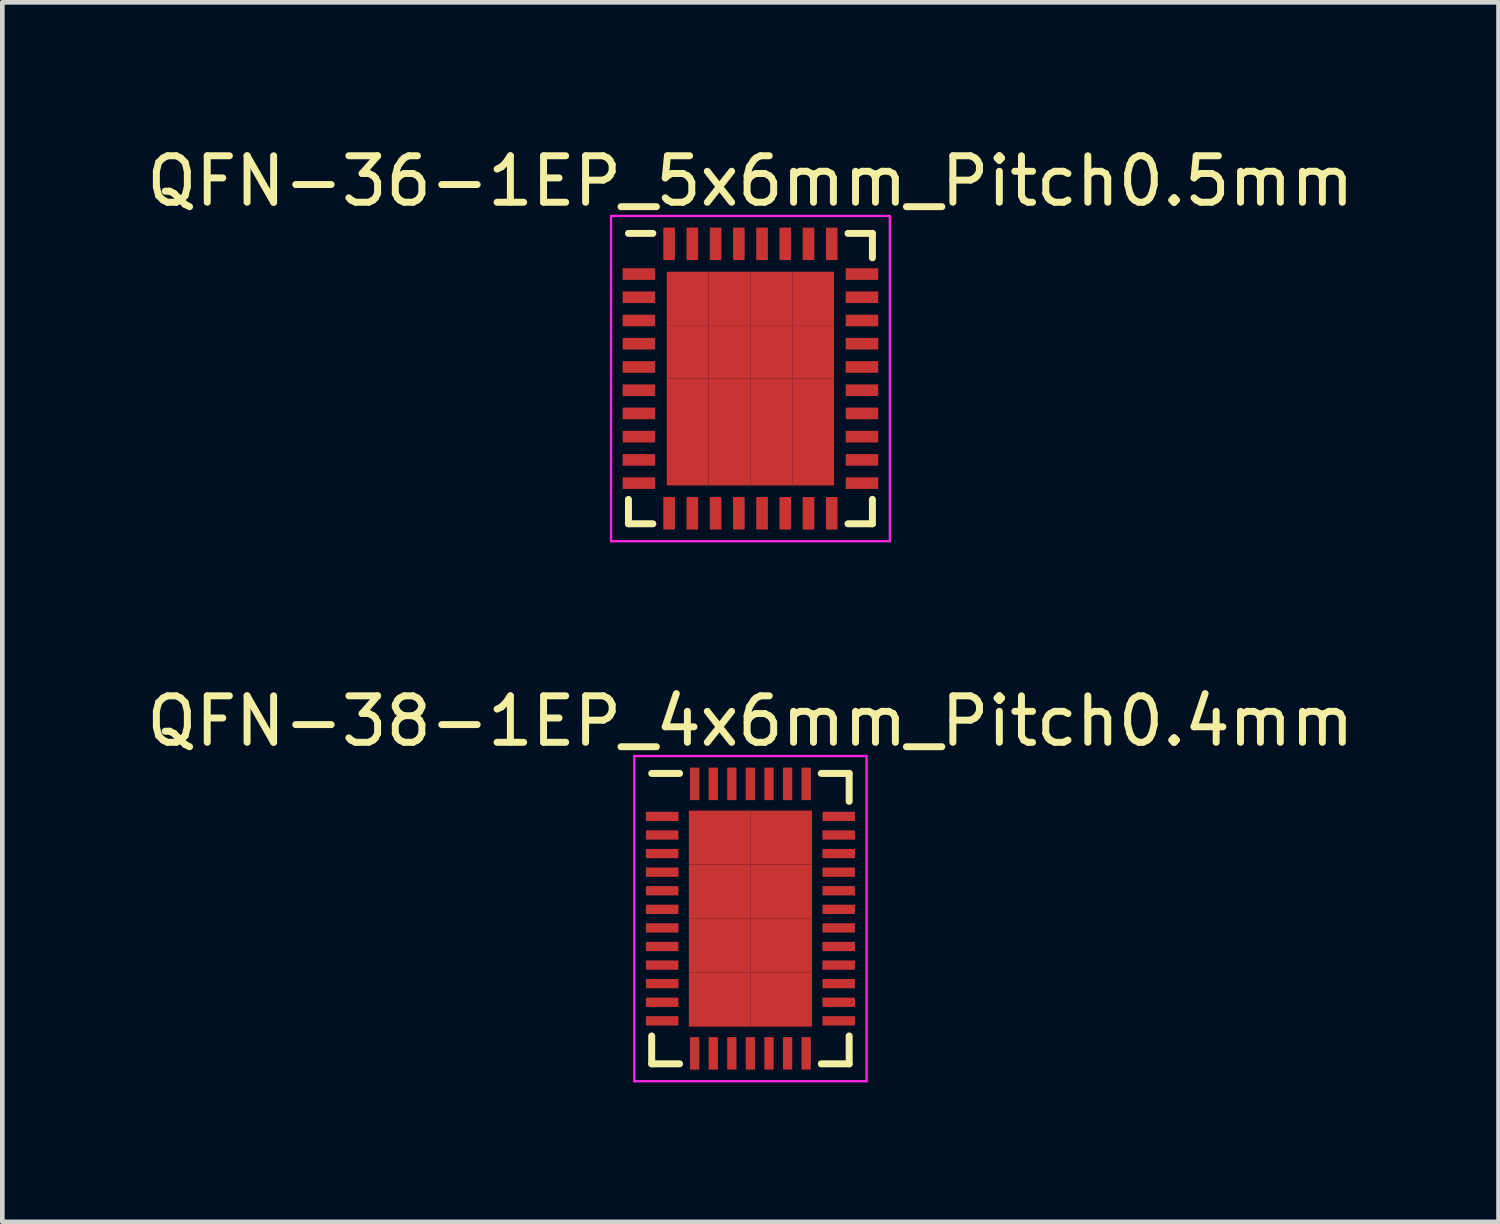
<source format=kicad_pcb>
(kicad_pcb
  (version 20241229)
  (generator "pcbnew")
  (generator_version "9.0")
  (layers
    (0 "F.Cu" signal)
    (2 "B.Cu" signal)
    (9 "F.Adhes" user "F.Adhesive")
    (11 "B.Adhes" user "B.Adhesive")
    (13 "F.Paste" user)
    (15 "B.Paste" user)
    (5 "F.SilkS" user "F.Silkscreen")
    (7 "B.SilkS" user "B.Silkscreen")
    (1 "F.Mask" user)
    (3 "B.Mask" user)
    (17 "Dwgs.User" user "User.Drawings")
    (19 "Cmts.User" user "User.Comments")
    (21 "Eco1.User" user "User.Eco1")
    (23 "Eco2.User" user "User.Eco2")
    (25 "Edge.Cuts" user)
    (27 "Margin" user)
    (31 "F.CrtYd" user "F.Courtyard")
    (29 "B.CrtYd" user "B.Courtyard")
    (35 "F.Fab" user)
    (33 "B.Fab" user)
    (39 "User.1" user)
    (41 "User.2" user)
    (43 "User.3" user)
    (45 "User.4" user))
  (footprint "QFN-38-1EP_4x6mm_Pitch0.4mm"
    (layer "F.Cu")
    (at 13.101 16.721)
    (property "Reference" "QFN-38-1EP_4x6mm_Pitch0.4mm" (at 0 -4.25 0) (layer "F.SilkS") (effects (font (size 1 1) (thickness 0.15))))
    (attr smd)
    (fp_line (start -2.125 -3.125) (end -1.525 -3.125) (stroke (width 0.15) (type solid)) (layer "F.SilkS"))
    (fp_line (start -2.125 3.125) (end -2.125 2.525) (stroke (width 0.15) (type solid)) (layer "F.SilkS"))
    (fp_line (start -2.125 3.125) (end -1.525 3.125) (stroke (width 0.15) (type solid)) (layer "F.SilkS"))
    (fp_line (start 2.125 -3.125) (end 1.525 -3.125) (stroke (width 0.15) (type solid)) (layer "F.SilkS"))
    (fp_line (start 2.125 -3.125) (end 2.125 -2.525) (stroke (width 0.15) (type solid)) (layer "F.SilkS"))
    (fp_line (start 2.125 3.125) (end 1.525 3.125) (stroke (width 0.15) (type solid)) (layer "F.SilkS"))
    (fp_line (start 2.125 3.125) (end 2.125 2.525) (stroke (width 0.15) (type solid)) (layer "F.SilkS"))
    (fp_line (start -2.5 -3.5) (end -2.5 3.5) (stroke (width 0.05) (type solid)) (layer "F.CrtYd"))
    (fp_line (start -2.5 -3.5) (end 2.5 -3.5) (stroke (width 0.05) (type solid)) (layer "F.CrtYd"))
    (fp_line (start -2.5 3.5) (end 2.5 3.5) (stroke (width 0.05) (type solid)) (layer "F.CrtYd"))
    (fp_line (start 2.5 -3.5) (end 2.5 3.5) (stroke (width 0.05) (type solid)) (layer "F.CrtYd"))
    (pad "1" smd rect (at -1.9 -2.2) (size 0.7 0.2) (layers "F.Cu" "F.Mask" "F.Paste"))
    (pad "2" smd rect (at -1.9 -1.8) (size 0.7 0.2) (layers "F.Cu" "F.Mask" "F.Paste"))
    (pad "3" smd rect (at -1.9 -1.4) (size 0.7 0.2) (layers "F.Cu" "F.Mask" "F.Paste"))
    (pad "4" smd rect (at -1.9 -1) (size 0.7 0.2) (layers "F.Cu" "F.Mask" "F.Paste"))
    (pad "5" smd rect (at -1.9 -0.6) (size 0.7 0.2) (layers "F.Cu" "F.Mask" "F.Paste"))
    (pad "6" smd rect (at -1.9 -0.2) (size 0.7 0.2) (layers "F.Cu" "F.Mask" "F.Paste"))
    (pad "7" smd rect (at -1.9 0.2) (size 0.7 0.2) (layers "F.Cu" "F.Mask" "F.Paste"))
    (pad "8" smd rect (at -1.9 0.6) (size 0.7 0.2) (layers "F.Cu" "F.Mask" "F.Paste"))
    (pad "9" smd rect (at -1.9 1) (size 0.7 0.2) (layers "F.Cu" "F.Mask" "F.Paste"))
    (pad "10" smd rect (at -1.9 1.4) (size 0.7 0.2) (layers "F.Cu" "F.Mask" "F.Paste"))
    (pad "11" smd rect (at -1.9 1.8) (size 0.7 0.2) (layers "F.Cu" "F.Mask" "F.Paste"))
    (pad "12" smd rect (at -1.9 2.2) (size 0.7 0.2) (layers "F.Cu" "F.Mask" "F.Paste"))
    (pad "13" smd rect (at -1.2 2.9 90) (size 0.7 0.2) (layers "F.Cu" "F.Mask" "F.Paste"))
    (pad "14" smd rect (at -0.8 2.9 90) (size 0.7 0.2) (layers "F.Cu" "F.Mask" "F.Paste"))
    (pad "15" smd rect (at -0.4 2.9 90) (size 0.7 0.2) (layers "F.Cu" "F.Mask" "F.Paste"))
    (pad "16" smd rect (at 0 2.9 90) (size 0.7 0.2) (layers "F.Cu" "F.Mask" "F.Paste"))
    (pad "17" smd rect (at 0.4 2.9 90) (size 0.7 0.2) (layers "F.Cu" "F.Mask" "F.Paste"))
    (pad "18" smd rect (at 0.8 2.9 90) (size 0.7 0.2) (layers "F.Cu" "F.Mask" "F.Paste"))
    (pad "19" smd rect (at 1.2 2.9 90) (size 0.7 0.2) (layers "F.Cu" "F.Mask" "F.Paste"))
    (pad "20" smd rect (at 1.9 2.2) (size 0.7 0.2) (layers "F.Cu" "F.Mask" "F.Paste"))
    (pad "21" smd rect (at 1.9 1.8) (size 0.7 0.2) (layers "F.Cu" "F.Mask" "F.Paste"))
    (pad "22" smd rect (at 1.9 1.4) (size 0.7 0.2) (layers "F.Cu" "F.Mask" "F.Paste"))
    (pad "23" smd rect (at 1.9 1) (size 0.7 0.2) (layers "F.Cu" "F.Mask" "F.Paste"))
    (pad "24" smd rect (at 1.9 0.6) (size 0.7 0.2) (layers "F.Cu" "F.Mask" "F.Paste"))
    (pad "25" smd rect (at 1.9 0.2) (size 0.7 0.2) (layers "F.Cu" "F.Mask" "F.Paste"))
    (pad "26" smd rect (at 1.9 -0.2) (size 0.7 0.2) (layers "F.Cu" "F.Mask" "F.Paste"))
    (pad "27" smd rect (at 1.9 -0.6) (size 0.7 0.2) (layers "F.Cu" "F.Mask" "F.Paste"))
    (pad "28" smd rect (at 1.9 -1) (size 0.7 0.2) (layers "F.Cu" "F.Mask" "F.Paste"))
    (pad "29" smd rect (at 1.9 -1.4) (size 0.7 0.2) (layers "F.Cu" "F.Mask" "F.Paste"))
    (pad "30" smd rect (at 1.9 -1.8) (size 0.7 0.2) (layers "F.Cu" "F.Mask" "F.Paste"))
    (pad "31" smd rect (at 1.9 -2.2) (size 0.7 0.2) (layers "F.Cu" "F.Mask" "F.Paste"))
    (pad "32" smd rect (at 1.2 -2.9 90) (size 0.7 0.2) (layers "F.Cu" "F.Mask" "F.Paste"))
    (pad "33" smd rect (at 0.8 -2.9 90) (size 0.7 0.2) (layers "F.Cu" "F.Mask" "F.Paste"))
    (pad "34" smd rect (at 0.4 -2.9 90) (size 0.7 0.2) (layers "F.Cu" "F.Mask" "F.Paste"))
    (pad "35" smd rect (at 0 -2.9 90) (size 0.7 0.2) (layers "F.Cu" "F.Mask" "F.Paste"))
    (pad "36" smd rect (at -0.4 -2.9 90) (size 0.7 0.2) (layers "F.Cu" "F.Mask" "F.Paste"))
    (pad "37" smd rect (at -0.8 -2.9 90) (size 0.7 0.2) (layers "F.Cu" "F.Mask" "F.Paste"))
    (pad "38" smd rect (at -1.2 -2.9 90) (size 0.7 0.2) (layers "F.Cu" "F.Mask" "F.Paste"))
    (pad "39" smd rect (at -0.662 -1.744) (size 1.325 1.163) (layers "F.Cu" "F.Mask" "F.Paste"))
    (pad "39" smd rect (at -0.662 -0.581) (size 1.325 1.163) (layers "F.Cu" "F.Mask" "F.Paste"))
    (pad "39" smd rect (at -0.662 0.581) (size 1.325 1.163) (layers "F.Cu" "F.Mask" "F.Paste"))
    (pad "39" smd rect (at -0.662 1.744) (size 1.325 1.163) (layers "F.Cu" "F.Mask" "F.Paste"))
    (pad "39" smd rect (at 0.662 -1.744) (size 1.325 1.163) (layers "F.Cu" "F.Mask" "F.Paste"))
    (pad "39" smd rect (at 0.662 -0.581) (size 1.325 1.163) (layers "F.Cu" "F.Mask" "F.Paste"))
    (pad "39" smd rect (at 0.662 0.581) (size 1.325 1.163) (layers "F.Cu" "F.Mask" "F.Paste"))
    (pad "39" smd rect (at 0.662 1.744) (size 1.325 1.163) (layers "F.Cu" "F.Mask" "F.Paste")))
  (footprint "QFN-36-1EP_5x6mm_Pitch0.5mm"
    (layer "F.Cu")
    (at 13.101 5.098)
    (property "Reference" "QFN-36-1EP_5x6mm_Pitch0.5mm" (at 0 -4.25 0) (layer "F.SilkS") (effects (font (size 1 1) (thickness 0.15))))
    (attr smd)
    (fp_line (start -2.625 -3.125) (end -2.1 -3.125) (stroke (width 0.15) (type solid)) (layer "F.SilkS"))
    (fp_line (start -2.625 3.125) (end -2.625 2.6) (stroke (width 0.15) (type solid)) (layer "F.SilkS"))
    (fp_line (start -2.625 3.125) (end -2.1 3.125) (stroke (width 0.15) (type solid)) (layer "F.SilkS"))
    (fp_line (start 2.625 -3.125) (end 2.1 -3.125) (stroke (width 0.15) (type solid)) (layer "F.SilkS"))
    (fp_line (start 2.625 -3.125) (end 2.625 -2.6) (stroke (width 0.15) (type solid)) (layer "F.SilkS"))
    (fp_line (start 2.625 3.125) (end 2.1 3.125) (stroke (width 0.15) (type solid)) (layer "F.SilkS"))
    (fp_line (start 2.625 3.125) (end 2.625 2.6) (stroke (width 0.15) (type solid)) (layer "F.SilkS"))
    (fp_line (start -3 -3.5) (end -3 3.5) (stroke (width 0.05) (type solid)) (layer "F.CrtYd"))
    (fp_line (start -3 -3.5) (end 3 -3.5) (stroke (width 0.05) (type solid)) (layer "F.CrtYd"))
    (fp_line (start -3 3.5) (end 3 3.5) (stroke (width 0.05) (type solid)) (layer "F.CrtYd"))
    (fp_line (start 3 -3.5) (end 3 3.5) (stroke (width 0.05) (type solid)) (layer "F.CrtYd"))
    (pad "1" smd rect (at -2.4 -2.25) (size 0.7 0.25) (layers "F.Cu" "F.Mask" "F.Paste"))
    (pad "2" smd rect (at -2.4 -1.75) (size 0.7 0.25) (layers "F.Cu" "F.Mask" "F.Paste"))
    (pad "3" smd rect (at -2.4 -1.25) (size 0.7 0.25) (layers "F.Cu" "F.Mask" "F.Paste"))
    (pad "4" smd rect (at -2.4 -0.75) (size 0.7 0.25) (layers "F.Cu" "F.Mask" "F.Paste"))
    (pad "5" smd rect (at -2.4 -0.25) (size 0.7 0.25) (layers "F.Cu" "F.Mask" "F.Paste"))
    (pad "6" smd rect (at -2.4 0.25) (size 0.7 0.25) (layers "F.Cu" "F.Mask" "F.Paste"))
    (pad "7" smd rect (at -2.4 0.75) (size 0.7 0.25) (layers "F.Cu" "F.Mask" "F.Paste"))
    (pad "8" smd rect (at -2.4 1.25) (size 0.7 0.25) (layers "F.Cu" "F.Mask" "F.Paste"))
    (pad "9" smd rect (at -2.4 1.75) (size 0.7 0.25) (layers "F.Cu" "F.Mask" "F.Paste"))
    (pad "10" smd rect (at -2.4 2.25) (size 0.7 0.25) (layers "F.Cu" "F.Mask" "F.Paste"))
    (pad "11" smd rect (at -1.75 2.9 90) (size 0.7 0.25) (layers "F.Cu" "F.Mask" "F.Paste"))
    (pad "12" smd rect (at -1.25 2.9 90) (size 0.7 0.25) (layers "F.Cu" "F.Mask" "F.Paste"))
    (pad "13" smd rect (at -0.75 2.9 90) (size 0.7 0.25) (layers "F.Cu" "F.Mask" "F.Paste"))
    (pad "14" smd rect (at -0.25 2.9 90) (size 0.7 0.25) (layers "F.Cu" "F.Mask" "F.Paste"))
    (pad "15" smd rect (at 0.25 2.9 90) (size 0.7 0.25) (layers "F.Cu" "F.Mask" "F.Paste"))
    (pad "16" smd rect (at 0.75 2.9 90) (size 0.7 0.25) (layers "F.Cu" "F.Mask" "F.Paste"))
    (pad "17" smd rect (at 1.25 2.9 90) (size 0.7 0.25) (layers "F.Cu" "F.Mask" "F.Paste"))
    (pad "18" smd rect (at 1.75 2.9 90) (size 0.7 0.25) (layers "F.Cu" "F.Mask" "F.Paste"))
    (pad "19" smd rect (at 2.4 2.25) (size 0.7 0.25) (layers "F.Cu" "F.Mask" "F.Paste"))
    (pad "20" smd rect (at 2.4 1.75) (size 0.7 0.25) (layers "F.Cu" "F.Mask" "F.Paste"))
    (pad "21" smd rect (at 2.4 1.25) (size 0.7 0.25) (layers "F.Cu" "F.Mask" "F.Paste"))
    (pad "22" smd rect (at 2.4 0.75) (size 0.7 0.25) (layers "F.Cu" "F.Mask" "F.Paste"))
    (pad "23" smd rect (at 2.4 0.25) (size 0.7 0.25) (layers "F.Cu" "F.Mask" "F.Paste"))
    (pad "24" smd rect (at 2.4 -0.25) (size 0.7 0.25) (layers "F.Cu" "F.Mask" "F.Paste"))
    (pad "25" smd rect (at 2.4 -0.75) (size 0.7 0.25) (layers "F.Cu" "F.Mask" "F.Paste"))
    (pad "26" smd rect (at 2.4 -1.25) (size 0.7 0.25) (layers "F.Cu" "F.Mask" "F.Paste"))
    (pad "27" smd rect (at 2.4 -1.75) (size 0.7 0.25) (layers "F.Cu" "F.Mask" "F.Paste"))
    (pad "28" smd rect (at 2.4 -2.25) (size 0.7 0.25) (layers "F.Cu" "F.Mask" "F.Paste"))
    (pad "29" smd rect (at 1.75 -2.9 90) (size 0.7 0.25) (layers "F.Cu" "F.Mask" "F.Paste"))
    (pad "30" smd rect (at 1.25 -2.9 90) (size 0.7 0.25) (layers "F.Cu" "F.Mask" "F.Paste"))
    (pad "31" smd rect (at 0.75 -2.9 90) (size 0.7 0.25) (layers "F.Cu" "F.Mask" "F.Paste"))
    (pad "32" smd rect (at 0.25 -2.9 90) (size 0.7 0.25) (layers "F.Cu" "F.Mask" "F.Paste"))
    (pad "33" smd rect (at -0.25 -2.9 90) (size 0.7 0.25) (layers "F.Cu" "F.Mask" "F.Paste"))
    (pad "34" smd rect (at -0.75 -2.9 90) (size 0.7 0.25) (layers "F.Cu" "F.Mask" "F.Paste"))
    (pad "35" smd rect (at -1.25 -2.9 90) (size 0.7 0.25) (layers "F.Cu" "F.Mask" "F.Paste"))
    (pad "36" smd rect (at -1.75 -2.9 90) (size 0.7 0.25) (layers "F.Cu" "F.Mask" "F.Paste"))
    (pad "37" smd rect (at -1.35 -1.725) (size 0.9 1.15) (layers "F.Cu" "F.Mask" "F.Paste"))
    (pad "37" smd rect (at -1.35 -0.575) (size 0.9 1.15) (layers "F.Cu" "F.Mask" "F.Paste"))
    (pad "37" smd rect (at -1.35 0.575) (size 0.9 1.15) (layers "F.Cu" "F.Mask" "F.Paste"))
    (pad "37" smd rect (at -1.35 1.725) (size 0.9 1.15) (layers "F.Cu" "F.Mask" "F.Paste"))
    (pad "37" smd rect (at -0.45 -1.725) (size 0.9 1.15) (layers "F.Cu" "F.Mask" "F.Paste"))
    (pad "37" smd rect (at -0.45 -0.575) (size 0.9 1.15) (layers "F.Cu" "F.Mask" "F.Paste"))
    (pad "37" smd rect (at -0.45 0.575) (size 0.9 1.15) (layers "F.Cu" "F.Mask" "F.Paste"))
    (pad "37" smd rect (at -0.45 1.725) (size 0.9 1.15) (layers "F.Cu" "F.Mask" "F.Paste"))
    (pad "37" smd rect (at 0.45 -1.725) (size 0.9 1.15) (layers "F.Cu" "F.Mask" "F.Paste"))
    (pad "37" smd rect (at 0.45 -0.575) (size 0.9 1.15) (layers "F.Cu" "F.Mask" "F.Paste"))
    (pad "37" smd rect (at 0.45 0.575) (size 0.9 1.15) (layers "F.Cu" "F.Mask" "F.Paste"))
    (pad "37" smd rect (at 0.45 1.725) (size 0.9 1.15) (layers "F.Cu" "F.Mask" "F.Paste"))
    (pad "37" smd rect (at 1.35 -1.725) (size 0.9 1.15) (layers "F.Cu" "F.Mask" "F.Paste"))
    (pad "37" smd rect (at 1.35 -0.575) (size 0.9 1.15) (layers "F.Cu" "F.Mask" "F.Paste"))
    (pad "37" smd rect (at 1.35 0.575) (size 0.9 1.15) (layers "F.Cu" "F.Mask" "F.Paste"))
    (pad "37" smd rect (at 1.35 1.725) (size 0.9 1.15) (layers "F.Cu" "F.Mask" "F.Paste")))
  (gr_rect
    (start -3 -3)
    (end 29.202 23.247)
    (stroke (width 0.1) (type default))
    (fill no)
    (layer "Edge.Cuts")))
</source>
